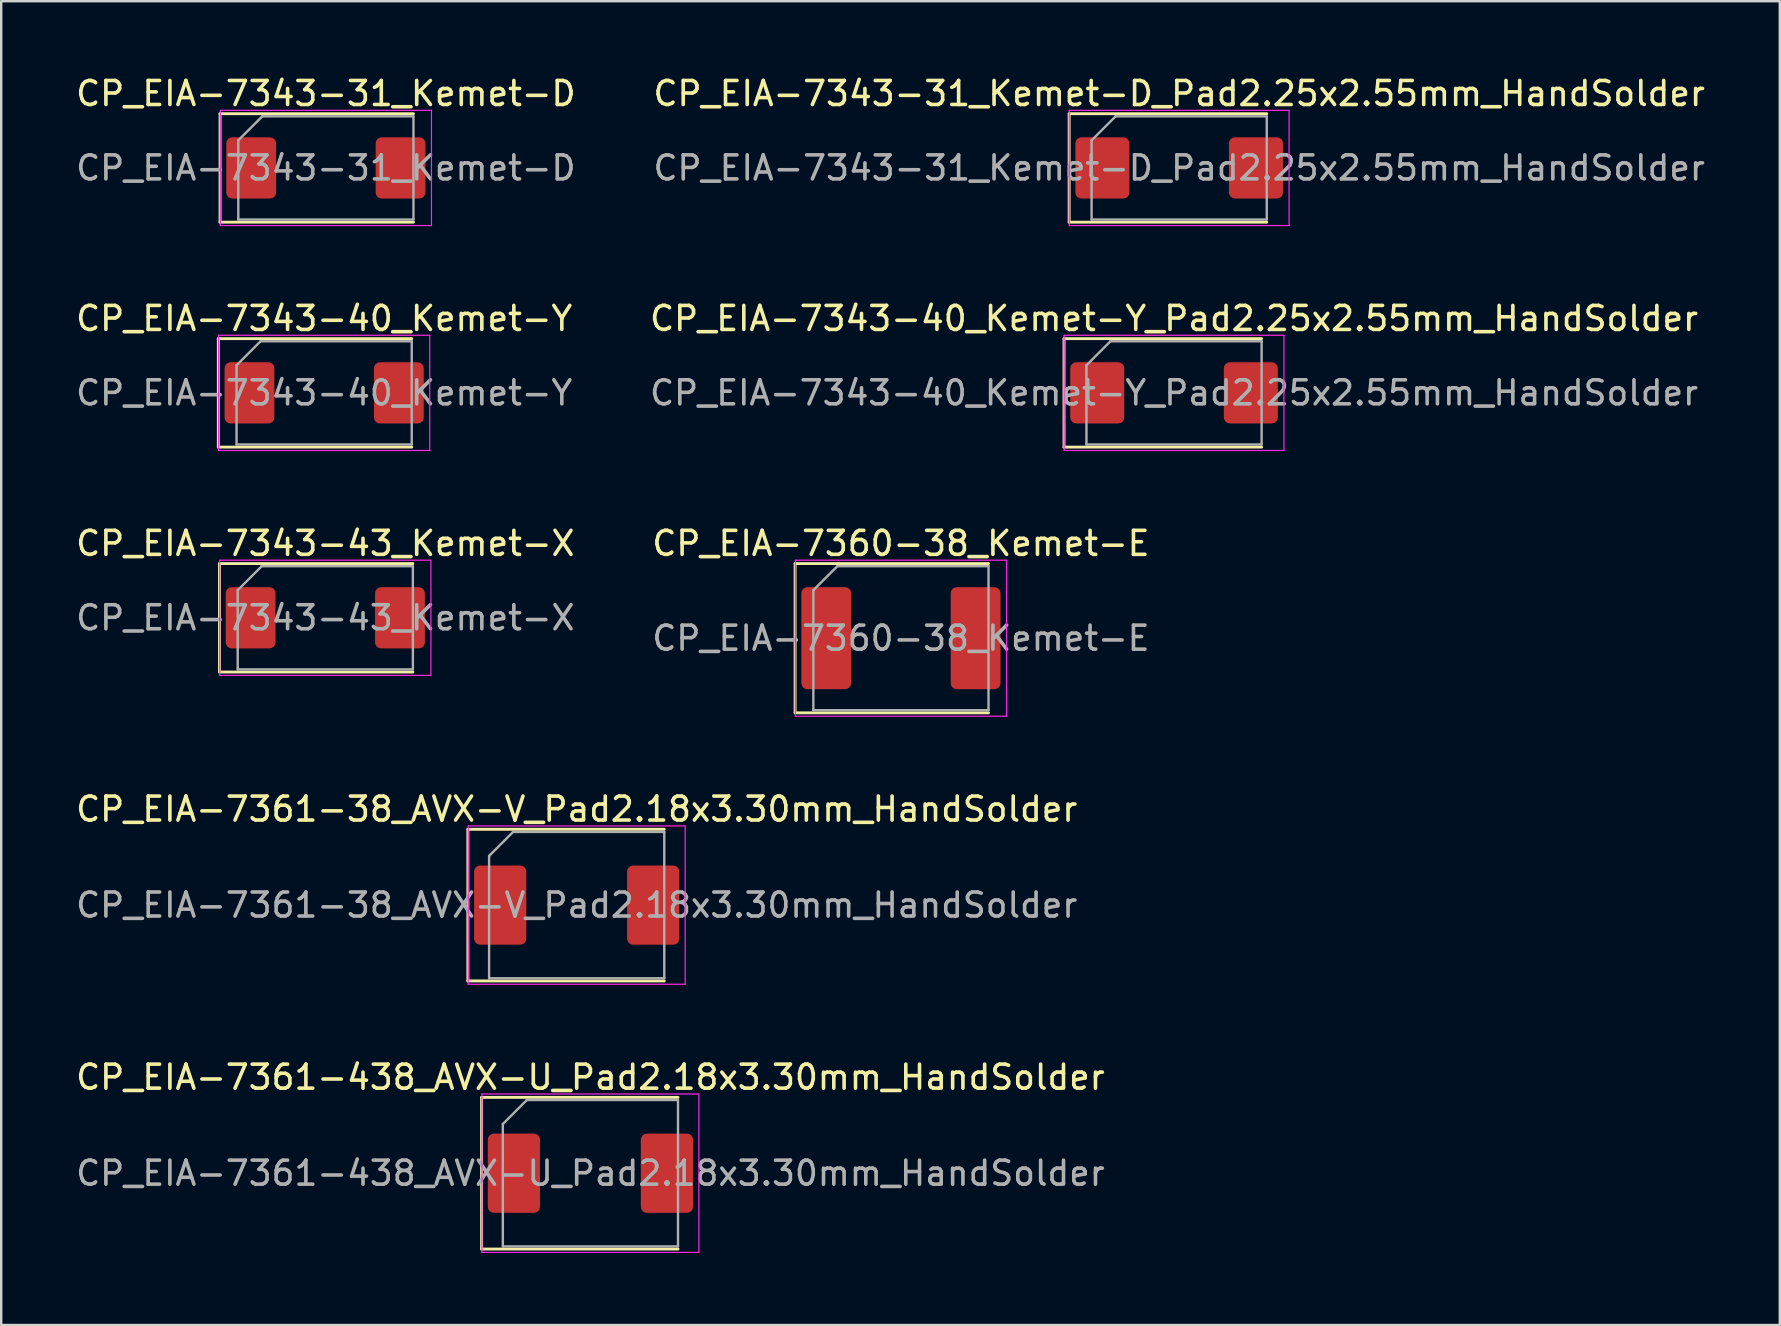
<source format=kicad_pcb>
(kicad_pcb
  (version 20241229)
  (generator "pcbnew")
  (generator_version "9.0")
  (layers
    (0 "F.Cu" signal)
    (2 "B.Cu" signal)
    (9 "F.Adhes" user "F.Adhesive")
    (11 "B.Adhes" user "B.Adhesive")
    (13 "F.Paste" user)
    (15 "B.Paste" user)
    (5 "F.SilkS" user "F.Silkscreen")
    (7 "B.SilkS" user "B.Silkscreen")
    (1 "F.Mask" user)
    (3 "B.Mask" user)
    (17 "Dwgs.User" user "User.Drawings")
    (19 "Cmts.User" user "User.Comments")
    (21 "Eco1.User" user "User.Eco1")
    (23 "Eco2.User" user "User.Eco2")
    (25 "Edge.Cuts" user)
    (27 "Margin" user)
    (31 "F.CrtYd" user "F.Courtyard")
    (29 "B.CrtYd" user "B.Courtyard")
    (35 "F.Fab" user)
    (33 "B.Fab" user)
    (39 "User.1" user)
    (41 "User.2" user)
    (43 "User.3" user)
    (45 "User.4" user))
  (footprint "CP_EIA-7343-40_Kemet-Y"
    (layer "F.Cu")
    (at 10.458 13.322)
    (property "Reference" "CP_EIA-7343-40_Kemet-Y" (at 0 -3.1 0) (layer "F.SilkS") (effects (font (size 1 1) (thickness 0.15))))
    (attr smd)
    (fp_line (start -4.41 -2.26) (end -4.41 2.26) (stroke (width 0.12) (type solid)) (layer "F.SilkS"))
    (fp_line (start -4.41 2.26) (end 3.65 2.26) (stroke (width 0.12) (type solid)) (layer "F.SilkS"))
    (fp_line (start 3.65 -2.26) (end -4.41 -2.26) (stroke (width 0.12) (type solid)) (layer "F.SilkS"))
    (fp_line (start -4.4 -2.4) (end 4.4 -2.4) (stroke (width 0.05) (type solid)) (layer "F.CrtYd"))
    (fp_line (start -4.4 2.4) (end -4.4 -2.4) (stroke (width 0.05) (type solid)) (layer "F.CrtYd"))
    (fp_line (start 4.4 -2.4) (end 4.4 2.4) (stroke (width 0.05) (type solid)) (layer "F.CrtYd"))
    (fp_line (start 4.4 2.4) (end -4.4 2.4) (stroke (width 0.05) (type solid)) (layer "F.CrtYd"))
    (fp_line (start -3.65 -1.15) (end -3.65 2.15) (stroke (width 0.1) (type solid)) (layer "F.Fab"))
    (fp_line (start -3.65 2.15) (end 3.65 2.15) (stroke (width 0.1) (type solid)) (layer "F.Fab"))
    (fp_line (start -2.65 -2.15) (end -3.65 -1.15) (stroke (width 0.1) (type solid)) (layer "F.Fab"))
    (fp_line (start 3.65 -2.15) (end -2.65 -2.15) (stroke (width 0.1) (type solid)) (layer "F.Fab"))
    (fp_line (start 3.65 2.15) (end 3.65 -2.15) (stroke (width 0.1) (type solid)) (layer "F.Fab"))
    (fp_text user "${REFERENCE}" (at 0 0 0) (layer "F.Fab") (effects (font (size 1 1) (thickness 0.15))))
    (pad "1" smd roundrect (at -3.112 0) (size 2.075 2.55) (layers "F.Cu" "F.Mask" "F.Paste") (roundrect_rratio 0.12))
    (pad "2" smd roundrect (at 3.112 0) (size 2.075 2.55) (layers "F.Cu" "F.Mask" "F.Paste") (roundrect_rratio 0.12)))
  (footprint "CP_EIA-7361-438_AVX-U_Pad2.18x3.30mm_HandSolder"
    (layer "F.Cu")
    (at 21.554 45.841)
    (property "Reference" "CP_EIA-7361-438_AVX-U_Pad2.18x3.30mm_HandSolder" (at 0 -4 0) (layer "F.SilkS") (effects (font (size 1 1) (thickness 0.15))))
    (attr smd)
    (fp_line (start -4.535 -3.16) (end -4.535 3.16) (stroke (width 0.12) (type solid)) (layer "F.SilkS"))
    (fp_line (start -4.535 3.16) (end 3.65 3.16) (stroke (width 0.12) (type solid)) (layer "F.SilkS"))
    (fp_line (start 3.65 -3.16) (end -4.535 -3.16) (stroke (width 0.12) (type solid)) (layer "F.SilkS"))
    (fp_line (start -4.52 -3.3) (end 4.52 -3.3) (stroke (width 0.05) (type solid)) (layer "F.CrtYd"))
    (fp_line (start -4.52 3.3) (end -4.52 -3.3) (stroke (width 0.05) (type solid)) (layer "F.CrtYd"))
    (fp_line (start 4.52 -3.3) (end 4.52 3.3) (stroke (width 0.05) (type solid)) (layer "F.CrtYd"))
    (fp_line (start 4.52 3.3) (end -4.52 3.3) (stroke (width 0.05) (type solid)) (layer "F.CrtYd"))
    (fp_line (start -3.65 -2.05) (end -3.65 3.05) (stroke (width 0.1) (type solid)) (layer "F.Fab"))
    (fp_line (start -3.65 3.05) (end 3.65 3.05) (stroke (width 0.1) (type solid)) (layer "F.Fab"))
    (fp_line (start -2.65 -3.05) (end -3.65 -2.05) (stroke (width 0.1) (type solid)) (layer "F.Fab"))
    (fp_line (start 3.65 -3.05) (end -2.65 -3.05) (stroke (width 0.1) (type solid)) (layer "F.Fab"))
    (fp_line (start 3.65 3.05) (end 3.65 -3.05) (stroke (width 0.1) (type solid)) (layer "F.Fab"))
    (fp_text user "${REFERENCE}" (at 0 0 0) (layer "F.Fab") (effects (font (size 1 1) (thickness 0.15))))
    (pad "1" smd roundrect (at -3.188 0) (size 2.175 3.3) (layers "F.Cu" "F.Mask" "F.Paste") (roundrect_rratio 0.115))
    (pad "2" smd roundrect (at 3.188 0) (size 2.175 3.3) (layers "F.Cu" "F.Mask" "F.Paste") (roundrect_rratio 0.115)))
  (footprint "CP_EIA-7360-38_Kemet-E"
    (layer "F.Cu")
    (at 34.494 23.545)
    (property "Reference" "CP_EIA-7360-38_Kemet-E" (at 0 -3.95 0) (layer "F.SilkS") (effects (font (size 1 1) (thickness 0.15))))
    (attr smd)
    (fp_line (start -4.41 -3.11) (end -4.41 3.11) (stroke (width 0.12) (type solid)) (layer "F.SilkS"))
    (fp_line (start -4.41 3.11) (end 3.65 3.11) (stroke (width 0.12) (type solid)) (layer "F.SilkS"))
    (fp_line (start 3.65 -3.11) (end -4.41 -3.11) (stroke (width 0.12) (type solid)) (layer "F.SilkS"))
    (fp_line (start -4.4 -3.25) (end 4.4 -3.25) (stroke (width 0.05) (type solid)) (layer "F.CrtYd"))
    (fp_line (start -4.4 3.25) (end -4.4 -3.25) (stroke (width 0.05) (type solid)) (layer "F.CrtYd"))
    (fp_line (start 4.4 -3.25) (end 4.4 3.25) (stroke (width 0.05) (type solid)) (layer "F.CrtYd"))
    (fp_line (start 4.4 3.25) (end -4.4 3.25) (stroke (width 0.05) (type solid)) (layer "F.CrtYd"))
    (fp_line (start -3.65 -2) (end -3.65 3) (stroke (width 0.1) (type solid)) (layer "F.Fab"))
    (fp_line (start -3.65 3) (end 3.65 3) (stroke (width 0.1) (type solid)) (layer "F.Fab"))
    (fp_line (start -2.65 -3) (end -3.65 -2) (stroke (width 0.1) (type solid)) (layer "F.Fab"))
    (fp_line (start 3.65 -3) (end -2.65 -3) (stroke (width 0.1) (type solid)) (layer "F.Fab"))
    (fp_line (start 3.65 3) (end 3.65 -3) (stroke (width 0.1) (type solid)) (layer "F.Fab"))
    (fp_text user "${REFERENCE}" (at 0 0 0) (layer "F.Fab") (effects (font (size 1 1) (thickness 0.15))))
    (pad "1" smd roundrect (at -3.112 0) (size 2.075 4.25) (layers "F.Cu" "F.Mask" "F.Paste") (roundrect_rratio 0.12))
    (pad "2" smd roundrect (at 3.112 0) (size 2.075 4.25) (layers "F.Cu" "F.Mask" "F.Paste") (roundrect_rratio 0.12)))
  (footprint "CP_EIA-7343-40_Kemet-Y_Pad2.25x2.55mm_HandSolder"
    (layer "F.Cu")
    (at 45.875 13.322)
    (property "Reference" "CP_EIA-7343-40_Kemet-Y_Pad2.25x2.55mm_HandSolder" (at 0 -3.1 0) (layer "F.SilkS") (effects (font (size 1 1) (thickness 0.15))))
    (attr smd)
    (fp_line (start -4.585 -2.26) (end -4.585 2.26) (stroke (width 0.12) (type solid)) (layer "F.SilkS"))
    (fp_line (start -4.585 2.26) (end 3.65 2.26) (stroke (width 0.12) (type solid)) (layer "F.SilkS"))
    (fp_line (start 3.65 -2.26) (end -4.585 -2.26) (stroke (width 0.12) (type solid)) (layer "F.SilkS"))
    (fp_line (start -4.58 -2.4) (end 4.58 -2.4) (stroke (width 0.05) (type solid)) (layer "F.CrtYd"))
    (fp_line (start -4.58 2.4) (end -4.58 -2.4) (stroke (width 0.05) (type solid)) (layer "F.CrtYd"))
    (fp_line (start 4.58 -2.4) (end 4.58 2.4) (stroke (width 0.05) (type solid)) (layer "F.CrtYd"))
    (fp_line (start 4.58 2.4) (end -4.58 2.4) (stroke (width 0.05) (type solid)) (layer "F.CrtYd"))
    (fp_line (start -3.65 -1.15) (end -3.65 2.15) (stroke (width 0.1) (type solid)) (layer "F.Fab"))
    (fp_line (start -3.65 2.15) (end 3.65 2.15) (stroke (width 0.1) (type solid)) (layer "F.Fab"))
    (fp_line (start -2.65 -2.15) (end -3.65 -1.15) (stroke (width 0.1) (type solid)) (layer "F.Fab"))
    (fp_line (start 3.65 -2.15) (end -2.65 -2.15) (stroke (width 0.1) (type solid)) (layer "F.Fab"))
    (fp_line (start 3.65 2.15) (end 3.65 -2.15) (stroke (width 0.1) (type solid)) (layer "F.Fab"))
    (fp_text user "${REFERENCE}" (at 0 0 0) (layer "F.Fab") (effects (font (size 1 1) (thickness 0.15))))
    (pad "1" smd roundrect (at -3.2 0) (size 2.25 2.55) (layers "F.Cu" "F.Mask" "F.Paste") (roundrect_rratio 0.111))
    (pad "2" smd roundrect (at 3.2 0) (size 2.25 2.55) (layers "F.Cu" "F.Mask" "F.Paste") (roundrect_rratio 0.111)))
  (footprint "CP_EIA-7343-43_Kemet-X"
    (layer "F.Cu")
    (at 10.506 22.695)
    (property "Reference" "CP_EIA-7343-43_Kemet-X" (at 0 -3.1 0) (layer "F.SilkS") (effects (font (size 1 1) (thickness 0.15))))
    (attr smd)
    (fp_line (start -4.41 -2.26) (end -4.41 2.26) (stroke (width 0.12) (type solid)) (layer "F.SilkS"))
    (fp_line (start -4.41 2.26) (end 3.65 2.26) (stroke (width 0.12) (type solid)) (layer "F.SilkS"))
    (fp_line (start 3.65 -2.26) (end -4.41 -2.26) (stroke (width 0.12) (type solid)) (layer "F.SilkS"))
    (fp_line (start -4.4 -2.4) (end 4.4 -2.4) (stroke (width 0.05) (type solid)) (layer "F.CrtYd"))
    (fp_line (start -4.4 2.4) (end -4.4 -2.4) (stroke (width 0.05) (type solid)) (layer "F.CrtYd"))
    (fp_line (start 4.4 -2.4) (end 4.4 2.4) (stroke (width 0.05) (type solid)) (layer "F.CrtYd"))
    (fp_line (start 4.4 2.4) (end -4.4 2.4) (stroke (width 0.05) (type solid)) (layer "F.CrtYd"))
    (fp_line (start -3.65 -1.15) (end -3.65 2.15) (stroke (width 0.1) (type solid)) (layer "F.Fab"))
    (fp_line (start -3.65 2.15) (end 3.65 2.15) (stroke (width 0.1) (type solid)) (layer "F.Fab"))
    (fp_line (start -2.65 -2.15) (end -3.65 -1.15) (stroke (width 0.1) (type solid)) (layer "F.Fab"))
    (fp_line (start 3.65 -2.15) (end -2.65 -2.15) (stroke (width 0.1) (type solid)) (layer "F.Fab"))
    (fp_line (start 3.65 2.15) (end 3.65 -2.15) (stroke (width 0.1) (type solid)) (layer "F.Fab"))
    (fp_text user "${REFERENCE}" (at 0 0 0) (layer "F.Fab") (effects (font (size 1 1) (thickness 0.15))))
    (pad "1" smd roundrect (at -3.112 0) (size 2.075 2.55) (layers "F.Cu" "F.Mask" "F.Paste") (roundrect_rratio 0.12))
    (pad "2" smd roundrect (at 3.112 0) (size 2.075 2.55) (layers "F.Cu" "F.Mask" "F.Paste") (roundrect_rratio 0.12)))
  (footprint "CP_EIA-7343-31_Kemet-D_Pad2.25x2.55mm_HandSolder"
    (layer "F.Cu")
    (at 46.089 3.948)
    (property "Reference" "CP_EIA-7343-31_Kemet-D_Pad2.25x2.55mm_HandSolder" (at 0 -3.1 0) (layer "F.SilkS") (effects (font (size 1 1) (thickness 0.15))))
    (attr smd)
    (fp_line (start -4.585 -2.26) (end -4.585 2.26) (stroke (width 0.12) (type solid)) (layer "F.SilkS"))
    (fp_line (start -4.585 2.26) (end 3.65 2.26) (stroke (width 0.12) (type solid)) (layer "F.SilkS"))
    (fp_line (start 3.65 -2.26) (end -4.585 -2.26) (stroke (width 0.12) (type solid)) (layer "F.SilkS"))
    (fp_line (start -4.58 -2.4) (end 4.58 -2.4) (stroke (width 0.05) (type solid)) (layer "F.CrtYd"))
    (fp_line (start -4.58 2.4) (end -4.58 -2.4) (stroke (width 0.05) (type solid)) (layer "F.CrtYd"))
    (fp_line (start 4.58 -2.4) (end 4.58 2.4) (stroke (width 0.05) (type solid)) (layer "F.CrtYd"))
    (fp_line (start 4.58 2.4) (end -4.58 2.4) (stroke (width 0.05) (type solid)) (layer "F.CrtYd"))
    (fp_line (start -3.65 -1.15) (end -3.65 2.15) (stroke (width 0.1) (type solid)) (layer "F.Fab"))
    (fp_line (start -3.65 2.15) (end 3.65 2.15) (stroke (width 0.1) (type solid)) (layer "F.Fab"))
    (fp_line (start -2.65 -2.15) (end -3.65 -1.15) (stroke (width 0.1) (type solid)) (layer "F.Fab"))
    (fp_line (start 3.65 -2.15) (end -2.65 -2.15) (stroke (width 0.1) (type solid)) (layer "F.Fab"))
    (fp_line (start 3.65 2.15) (end 3.65 -2.15) (stroke (width 0.1) (type solid)) (layer "F.Fab"))
    (fp_text user "${REFERENCE}" (at 0 0 0) (layer "F.Fab") (effects (font (size 1 1) (thickness 0.15))))
    (pad "1" smd roundrect (at -3.2 0) (size 2.25 2.55) (layers "F.Cu" "F.Mask" "F.Paste") (roundrect_rratio 0.111))
    (pad "2" smd roundrect (at 3.2 0) (size 2.25 2.55) (layers "F.Cu" "F.Mask" "F.Paste") (roundrect_rratio 0.111)))
  (footprint "CP_EIA-7343-31_Kemet-D"
    (layer "F.Cu")
    (at 10.53 3.948)
    (property "Reference" "CP_EIA-7343-31_Kemet-D" (at 0 -3.1 0) (layer "F.SilkS") (effects (font (size 1 1) (thickness 0.15))))
    (attr smd)
    (fp_line (start -4.41 -2.26) (end -4.41 2.26) (stroke (width 0.12) (type solid)) (layer "F.SilkS"))
    (fp_line (start -4.41 2.26) (end 3.65 2.26) (stroke (width 0.12) (type solid)) (layer "F.SilkS"))
    (fp_line (start 3.65 -2.26) (end -4.41 -2.26) (stroke (width 0.12) (type solid)) (layer "F.SilkS"))
    (fp_line (start -4.4 -2.4) (end 4.4 -2.4) (stroke (width 0.05) (type solid)) (layer "F.CrtYd"))
    (fp_line (start -4.4 2.4) (end -4.4 -2.4) (stroke (width 0.05) (type solid)) (layer "F.CrtYd"))
    (fp_line (start 4.4 -2.4) (end 4.4 2.4) (stroke (width 0.05) (type solid)) (layer "F.CrtYd"))
    (fp_line (start 4.4 2.4) (end -4.4 2.4) (stroke (width 0.05) (type solid)) (layer "F.CrtYd"))
    (fp_line (start -3.65 -1.15) (end -3.65 2.15) (stroke (width 0.1) (type solid)) (layer "F.Fab"))
    (fp_line (start -3.65 2.15) (end 3.65 2.15) (stroke (width 0.1) (type solid)) (layer "F.Fab"))
    (fp_line (start -2.65 -2.15) (end -3.65 -1.15) (stroke (width 0.1) (type solid)) (layer "F.Fab"))
    (fp_line (start 3.65 -2.15) (end -2.65 -2.15) (stroke (width 0.1) (type solid)) (layer "F.Fab"))
    (fp_line (start 3.65 2.15) (end 3.65 -2.15) (stroke (width 0.1) (type solid)) (layer "F.Fab"))
    (fp_text user "${REFERENCE}" (at 0 0 0) (layer "F.Fab") (effects (font (size 1 1) (thickness 0.15))))
    (pad "1" smd roundrect (at -3.112 0) (size 2.075 2.55) (layers "F.Cu" "F.Mask" "F.Paste") (roundrect_rratio 0.12))
    (pad "2" smd roundrect (at 3.112 0) (size 2.075 2.55) (layers "F.Cu" "F.Mask" "F.Paste") (roundrect_rratio 0.12)))
  (footprint "CP_EIA-7361-38_AVX-V_Pad2.18x3.30mm_HandSolder"
    (layer "F.Cu")
    (at 20.982 34.668)
    (property "Reference" "CP_EIA-7361-38_AVX-V_Pad2.18x3.30mm_HandSolder" (at 0 -4 0) (layer "F.SilkS") (effects (font (size 1 1) (thickness 0.15))))
    (attr smd)
    (fp_line (start -4.535 -3.16) (end -4.535 3.16) (stroke (width 0.12) (type solid)) (layer "F.SilkS"))
    (fp_line (start -4.535 3.16) (end 3.65 3.16) (stroke (width 0.12) (type solid)) (layer "F.SilkS"))
    (fp_line (start 3.65 -3.16) (end -4.535 -3.16) (stroke (width 0.12) (type solid)) (layer "F.SilkS"))
    (fp_line (start -4.52 -3.3) (end 4.52 -3.3) (stroke (width 0.05) (type solid)) (layer "F.CrtYd"))
    (fp_line (start -4.52 3.3) (end -4.52 -3.3) (stroke (width 0.05) (type solid)) (layer "F.CrtYd"))
    (fp_line (start 4.52 -3.3) (end 4.52 3.3) (stroke (width 0.05) (type solid)) (layer "F.CrtYd"))
    (fp_line (start 4.52 3.3) (end -4.52 3.3) (stroke (width 0.05) (type solid)) (layer "F.CrtYd"))
    (fp_line (start -3.65 -2.05) (end -3.65 3.05) (stroke (width 0.1) (type solid)) (layer "F.Fab"))
    (fp_line (start -3.65 3.05) (end 3.65 3.05) (stroke (width 0.1) (type solid)) (layer "F.Fab"))
    (fp_line (start -2.65 -3.05) (end -3.65 -2.05) (stroke (width 0.1) (type solid)) (layer "F.Fab"))
    (fp_line (start 3.65 -3.05) (end -2.65 -3.05) (stroke (width 0.1) (type solid)) (layer "F.Fab"))
    (fp_line (start 3.65 3.05) (end 3.65 -3.05) (stroke (width 0.1) (type solid)) (layer "F.Fab"))
    (fp_text user "${REFERENCE}" (at 0 0 0) (layer "F.Fab") (effects (font (size 1 1) (thickness 0.15))))
    (pad "1" smd roundrect (at -3.188 0) (size 2.175 3.3) (layers "F.Cu" "F.Mask" "F.Paste") (roundrect_rratio 0.115))
    (pad "2" smd roundrect (at 3.188 0) (size 2.175 3.3) (layers "F.Cu" "F.Mask" "F.Paste") (roundrect_rratio 0.115)))
  (gr_rect
    (start -3 -3)
    (end 71.119 52.166)
    (stroke (width 0.1) (type default))
    (fill no)
    (layer "Edge.Cuts")))
</source>
